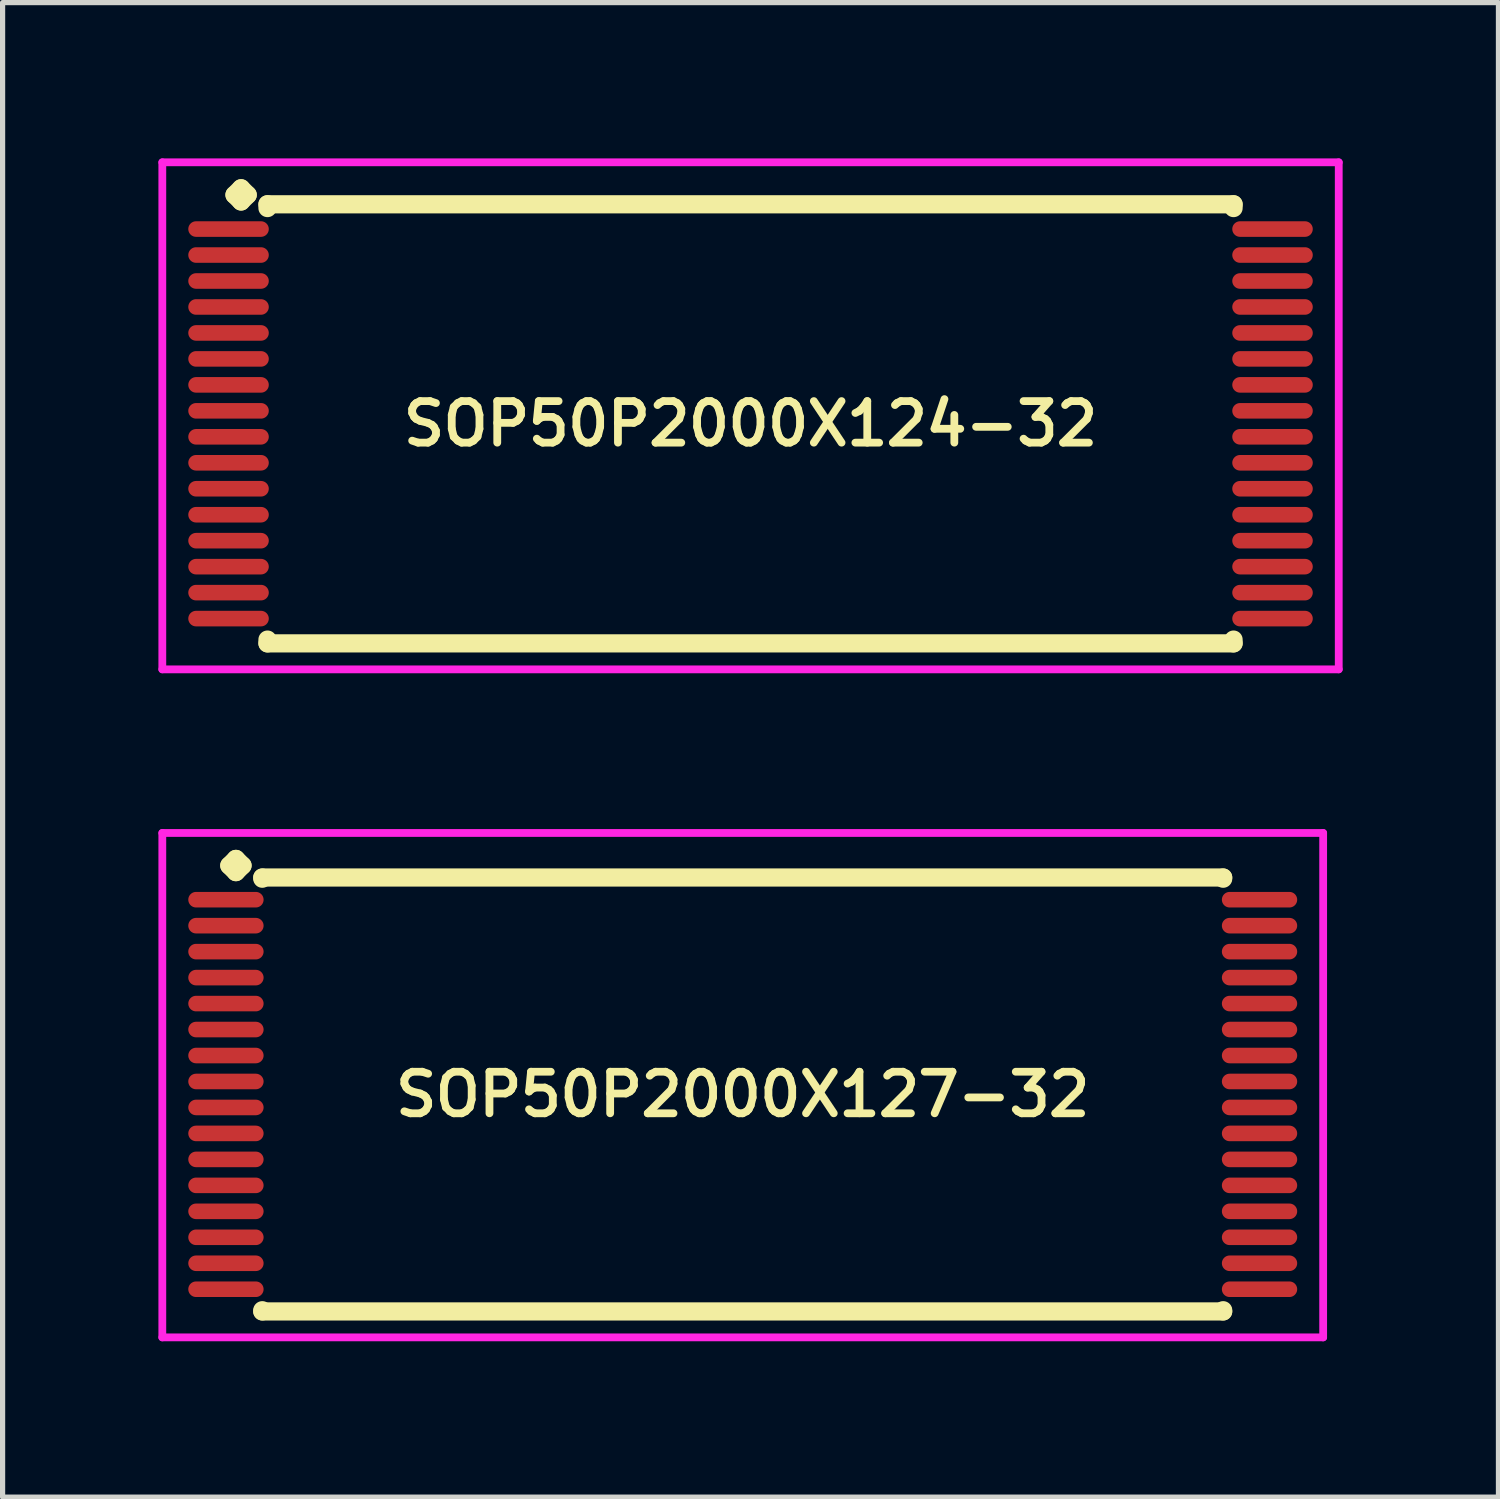
<source format=kicad_pcb>
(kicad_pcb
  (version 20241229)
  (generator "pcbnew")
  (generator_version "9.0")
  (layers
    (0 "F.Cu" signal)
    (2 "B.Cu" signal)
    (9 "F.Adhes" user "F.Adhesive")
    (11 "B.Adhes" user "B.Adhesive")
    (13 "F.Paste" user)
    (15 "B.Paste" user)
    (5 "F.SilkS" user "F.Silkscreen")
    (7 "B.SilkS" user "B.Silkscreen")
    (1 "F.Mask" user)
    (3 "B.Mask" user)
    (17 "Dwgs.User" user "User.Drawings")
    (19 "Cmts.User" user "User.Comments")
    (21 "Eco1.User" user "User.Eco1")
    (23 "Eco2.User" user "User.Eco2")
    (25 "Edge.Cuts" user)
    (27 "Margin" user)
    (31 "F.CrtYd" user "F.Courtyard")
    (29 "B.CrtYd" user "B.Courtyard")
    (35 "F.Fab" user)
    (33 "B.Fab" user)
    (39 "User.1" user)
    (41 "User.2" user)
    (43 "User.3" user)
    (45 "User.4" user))
  (footprint "SOP50P2000X124-32"
    (layer "F.Cu")
    (at 11.4 5.11)
    (property "Reference" "SOP50P2000X124-32" (at 0 0 0) (layer "F.SilkS") (effects (font (size 0.8 0.8) (thickness 0.15))))
    (attr smd)
    (fp_line (start -9.935 -4.408) (end -9.808 -4.535) (stroke (width 0.35) (type solid)) (layer "F.SilkS"))
    (fp_line (start -9.808 -4.535) (end -9.681 -4.408) (stroke (width 0.35) (type solid)) (layer "F.SilkS"))
    (fp_line (start -9.808 -4.281) (end -9.935 -4.408) (stroke (width 0.35) (type solid)) (layer "F.SilkS"))
    (fp_line (start -9.681 -4.408) (end -9.808 -4.281) (stroke (width 0.35) (type solid)) (layer "F.SilkS"))
    (fp_line (start -9.3 -4.227) (end 9.3 -4.227) (stroke (width 0.35) (type solid)) (layer "F.SilkS"))
    (fp_line (start -9.3 -4.154) (end -9.3 -4.227) (stroke (width 0.35) (type solid)) (layer "F.SilkS"))
    (fp_line (start -9.3 4.154) (end -9.3 4.227) (stroke (width 0.35) (type solid)) (layer "F.SilkS"))
    (fp_line (start -9.3 4.227) (end 9.3 4.227) (stroke (width 0.35) (type solid)) (layer "F.SilkS"))
    (fp_line (start 9.3 -4.227) (end 9.3 -4.154) (stroke (width 0.35) (type solid)) (layer "F.SilkS"))
    (fp_line (start 9.3 4.227) (end 9.3 4.154) (stroke (width 0.35) (type solid)) (layer "F.SilkS"))
    (fp_line (start -11.325 -5.035) (end 11.325 -5.035) (stroke (width 0.15) (type solid)) (layer "F.CrtYd"))
    (fp_line (start -11.325 4.727) (end -11.325 -5.035) (stroke (width 0.15) (type solid)) (layer "F.CrtYd"))
    (fp_line (start 11.325 -5.035) (end 11.325 4.727) (stroke (width 0.15) (type solid)) (layer "F.CrtYd"))
    (fp_line (start 11.325 4.727) (end -11.325 4.727) (stroke (width 0.15) (type solid)) (layer "F.CrtYd"))
    (pad "1" smd oval (at -10.05 -3.75) (size 1.55 0.3) (layers "F.Cu" "F.Mask" "F.Paste"))
    (pad "2" smd oval (at -10.05 -3.25) (size 1.55 0.3) (layers "F.Cu" "F.Mask" "F.Paste"))
    (pad "3" smd oval (at -10.05 -2.75) (size 1.55 0.3) (layers "F.Cu" "F.Mask" "F.Paste"))
    (pad "4" smd oval (at -10.05 -2.25) (size 1.55 0.3) (layers "F.Cu" "F.Mask" "F.Paste"))
    (pad "5" smd oval (at -10.05 -1.75) (size 1.55 0.3) (layers "F.Cu" "F.Mask" "F.Paste"))
    (pad "6" smd oval (at -10.05 -1.25) (size 1.55 0.3) (layers "F.Cu" "F.Mask" "F.Paste"))
    (pad "7" smd oval (at -10.05 -0.75) (size 1.55 0.3) (layers "F.Cu" "F.Mask" "F.Paste"))
    (pad "8" smd oval (at -10.05 -0.25) (size 1.55 0.3) (layers "F.Cu" "F.Mask" "F.Paste"))
    (pad "9" smd oval (at -10.05 0.25) (size 1.55 0.3) (layers "F.Cu" "F.Mask" "F.Paste"))
    (pad "10" smd oval (at -10.05 0.75) (size 1.55 0.3) (layers "F.Cu" "F.Mask" "F.Paste"))
    (pad "11" smd oval (at -10.05 1.25) (size 1.55 0.3) (layers "F.Cu" "F.Mask" "F.Paste"))
    (pad "12" smd oval (at -10.05 1.75) (size 1.55 0.3) (layers "F.Cu" "F.Mask" "F.Paste"))
    (pad "13" smd oval (at -10.05 2.25) (size 1.55 0.3) (layers "F.Cu" "F.Mask" "F.Paste"))
    (pad "14" smd oval (at -10.05 2.75) (size 1.55 0.3) (layers "F.Cu" "F.Mask" "F.Paste"))
    (pad "15" smd oval (at -10.05 3.25) (size 1.55 0.3) (layers "F.Cu" "F.Mask" "F.Paste"))
    (pad "16" smd oval (at -10.05 3.75) (size 1.55 0.3) (layers "F.Cu" "F.Mask" "F.Paste"))
    (pad "17" smd oval (at 10.05 3.75) (size 1.55 0.3) (layers "F.Cu" "F.Mask" "F.Paste"))
    (pad "18" smd oval (at 10.05 3.25) (size 1.55 0.3) (layers "F.Cu" "F.Mask" "F.Paste"))
    (pad "19" smd oval (at 10.05 2.75) (size 1.55 0.3) (layers "F.Cu" "F.Mask" "F.Paste"))
    (pad "20" smd oval (at 10.05 2.25) (size 1.55 0.3) (layers "F.Cu" "F.Mask" "F.Paste"))
    (pad "21" smd oval (at 10.05 1.75) (size 1.55 0.3) (layers "F.Cu" "F.Mask" "F.Paste"))
    (pad "22" smd oval (at 10.05 1.25) (size 1.55 0.3) (layers "F.Cu" "F.Mask" "F.Paste"))
    (pad "23" smd oval (at 10.05 0.75) (size 1.55 0.3) (layers "F.Cu" "F.Mask" "F.Paste"))
    (pad "24" smd oval (at 10.05 0.25) (size 1.55 0.3) (layers "F.Cu" "F.Mask" "F.Paste"))
    (pad "25" smd oval (at 10.05 -0.25) (size 1.55 0.3) (layers "F.Cu" "F.Mask" "F.Paste"))
    (pad "26" smd oval (at 10.05 -0.75) (size 1.55 0.3) (layers "F.Cu" "F.Mask" "F.Paste"))
    (pad "27" smd oval (at 10.05 -1.25) (size 1.55 0.3) (layers "F.Cu" "F.Mask" "F.Paste"))
    (pad "28" smd oval (at 10.05 -1.75) (size 1.55 0.3) (layers "F.Cu" "F.Mask" "F.Paste"))
    (pad "29" smd oval (at 10.05 -2.25) (size 1.55 0.3) (layers "F.Cu" "F.Mask" "F.Paste"))
    (pad "30" smd oval (at 10.05 -2.75) (size 1.55 0.3) (layers "F.Cu" "F.Mask" "F.Paste"))
    (pad "31" smd oval (at 10.05 -3.25) (size 1.55 0.3) (layers "F.Cu" "F.Mask" "F.Paste"))
    (pad "32" smd oval (at 10.05 -3.75) (size 1.55 0.3) (layers "F.Cu" "F.Mask" "F.Paste")))
  (footprint "SOP50P2000X127-32"
    (layer "F.Cu")
    (at 11.25 18.022)
    (property "Reference" "SOP50P2000X127-32" (at 0 0 0) (layer "F.SilkS") (effects (font (size 0.8 0.8) (thickness 0.15))))
    (attr smd)
    (fp_line (start -9.885 -4.408) (end -9.758 -4.535) (stroke (width 0.35) (type solid)) (layer "F.SilkS"))
    (fp_line (start -9.758 -4.535) (end -9.631 -4.408) (stroke (width 0.35) (type solid)) (layer "F.SilkS"))
    (fp_line (start -9.758 -4.281) (end -9.885 -4.408) (stroke (width 0.35) (type solid)) (layer "F.SilkS"))
    (fp_line (start -9.631 -4.408) (end -9.758 -4.281) (stroke (width 0.35) (type solid)) (layer "F.SilkS"))
    (fp_line (start -9.25 -4.177) (end 9.25 -4.177) (stroke (width 0.35) (type solid)) (layer "F.SilkS"))
    (fp_line (start -9.25 -4.154) (end -9.25 -4.177) (stroke (width 0.35) (type solid)) (layer "F.SilkS"))
    (fp_line (start -9.25 4.154) (end -9.25 4.177) (stroke (width 0.35) (type solid)) (layer "F.SilkS"))
    (fp_line (start -9.25 4.177) (end 9.25 4.177) (stroke (width 0.35) (type solid)) (layer "F.SilkS"))
    (fp_line (start 9.25 -4.177) (end 9.25 -4.154) (stroke (width 0.35) (type solid)) (layer "F.SilkS"))
    (fp_line (start 9.25 4.177) (end 9.25 4.154) (stroke (width 0.35) (type solid)) (layer "F.SilkS"))
    (fp_line (start -11.175 -5.035) (end 11.175 -5.035) (stroke (width 0.15) (type solid)) (layer "F.CrtYd"))
    (fp_line (start -11.175 4.677) (end -11.175 -5.035) (stroke (width 0.15) (type solid)) (layer "F.CrtYd"))
    (fp_line (start 11.175 -5.035) (end 11.175 4.677) (stroke (width 0.15) (type solid)) (layer "F.CrtYd"))
    (fp_line (start 11.175 4.677) (end -11.175 4.677) (stroke (width 0.15) (type solid)) (layer "F.CrtYd"))
    (pad "1" smd oval (at -9.95 -3.75) (size 1.45 0.3) (layers "F.Cu" "F.Mask" "F.Paste"))
    (pad "2" smd oval (at -9.95 -3.25) (size 1.45 0.3) (layers "F.Cu" "F.Mask" "F.Paste"))
    (pad "3" smd oval (at -9.95 -2.75) (size 1.45 0.3) (layers "F.Cu" "F.Mask" "F.Paste"))
    (pad "4" smd oval (at -9.95 -2.25) (size 1.45 0.3) (layers "F.Cu" "F.Mask" "F.Paste"))
    (pad "5" smd oval (at -9.95 -1.75) (size 1.45 0.3) (layers "F.Cu" "F.Mask" "F.Paste"))
    (pad "6" smd oval (at -9.95 -1.25) (size 1.45 0.3) (layers "F.Cu" "F.Mask" "F.Paste"))
    (pad "7" smd oval (at -9.95 -0.75) (size 1.45 0.3) (layers "F.Cu" "F.Mask" "F.Paste"))
    (pad "8" smd oval (at -9.95 -0.25) (size 1.45 0.3) (layers "F.Cu" "F.Mask" "F.Paste"))
    (pad "9" smd oval (at -9.95 0.25) (size 1.45 0.3) (layers "F.Cu" "F.Mask" "F.Paste"))
    (pad "10" smd oval (at -9.95 0.75) (size 1.45 0.3) (layers "F.Cu" "F.Mask" "F.Paste"))
    (pad "11" smd oval (at -9.95 1.25) (size 1.45 0.3) (layers "F.Cu" "F.Mask" "F.Paste"))
    (pad "12" smd oval (at -9.95 1.75) (size 1.45 0.3) (layers "F.Cu" "F.Mask" "F.Paste"))
    (pad "13" smd oval (at -9.95 2.25) (size 1.45 0.3) (layers "F.Cu" "F.Mask" "F.Paste"))
    (pad "14" smd oval (at -9.95 2.75) (size 1.45 0.3) (layers "F.Cu" "F.Mask" "F.Paste"))
    (pad "15" smd oval (at -9.95 3.25) (size 1.45 0.3) (layers "F.Cu" "F.Mask" "F.Paste"))
    (pad "16" smd oval (at -9.95 3.75) (size 1.45 0.3) (layers "F.Cu" "F.Mask" "F.Paste"))
    (pad "17" smd oval (at 9.95 3.75) (size 1.45 0.3) (layers "F.Cu" "F.Mask" "F.Paste"))
    (pad "18" smd oval (at 9.95 3.25) (size 1.45 0.3) (layers "F.Cu" "F.Mask" "F.Paste"))
    (pad "19" smd oval (at 9.95 2.75) (size 1.45 0.3) (layers "F.Cu" "F.Mask" "F.Paste"))
    (pad "20" smd oval (at 9.95 2.25) (size 1.45 0.3) (layers "F.Cu" "F.Mask" "F.Paste"))
    (pad "21" smd oval (at 9.95 1.75) (size 1.45 0.3) (layers "F.Cu" "F.Mask" "F.Paste"))
    (pad "22" smd oval (at 9.95 1.25) (size 1.45 0.3) (layers "F.Cu" "F.Mask" "F.Paste"))
    (pad "23" smd oval (at 9.95 0.75) (size 1.45 0.3) (layers "F.Cu" "F.Mask" "F.Paste"))
    (pad "24" smd oval (at 9.95 0.25) (size 1.45 0.3) (layers "F.Cu" "F.Mask" "F.Paste"))
    (pad "25" smd oval (at 9.95 -0.25) (size 1.45 0.3) (layers "F.Cu" "F.Mask" "F.Paste"))
    (pad "26" smd oval (at 9.95 -0.75) (size 1.45 0.3) (layers "F.Cu" "F.Mask" "F.Paste"))
    (pad "27" smd oval (at 9.95 -1.25) (size 1.45 0.3) (layers "F.Cu" "F.Mask" "F.Paste"))
    (pad "28" smd oval (at 9.95 -1.75) (size 1.45 0.3) (layers "F.Cu" "F.Mask" "F.Paste"))
    (pad "29" smd oval (at 9.95 -2.25) (size 1.45 0.3) (layers "F.Cu" "F.Mask" "F.Paste"))
    (pad "30" smd oval (at 9.95 -2.75) (size 1.45 0.3) (layers "F.Cu" "F.Mask" "F.Paste"))
    (pad "31" smd oval (at 9.95 -3.25) (size 1.45 0.3) (layers "F.Cu" "F.Mask" "F.Paste"))
    (pad "32" smd oval (at 9.95 -3.75) (size 1.45 0.3) (layers "F.Cu" "F.Mask" "F.Paste")))
  (gr_rect
    (start -3 -3)
    (end 25.8 25.774)
    (stroke (width 0.1) (type default))
    (fill no)
    (layer "Edge.Cuts")))
</source>
